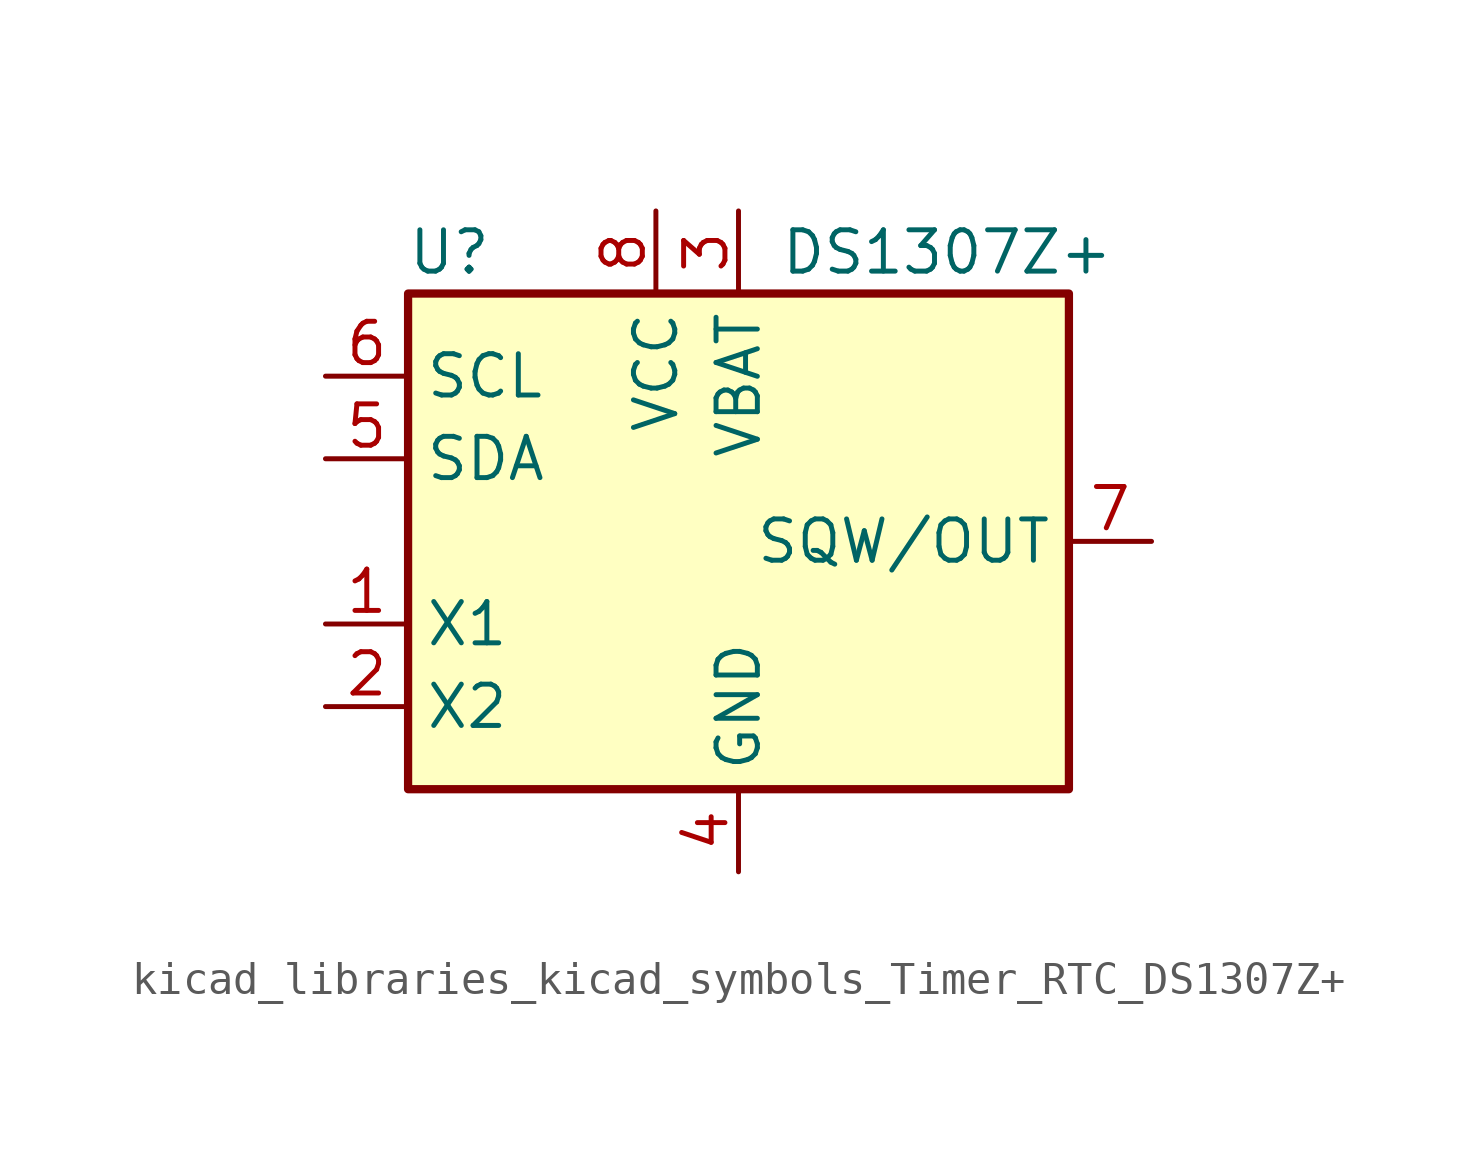
<source format=kicad_sym>
(kicad_symbol_lib
  (version 20220914)
  (generator kicad_symbol_editor)
  (symbol "kicad_libraries_kicad_symbols_Timer_RTC_DS1307Z+"
    (property "Reference" "U"
      (at -8.89 8.89 0)
      (effects (font (size 1.27 1.27))))
    (property "Value" "DS1307Z+"
      (at 1.27 8.89 0)
      (effects (font (size 1.27 1.27)) (justify left)))
    (symbol "kicad_libraries_kicad_symbols_Timer_RTC_DS1307Z+_0_1"
      (rectangle (start -10.16 7.62) (end 10.16 -7.62) (stroke (width 0.254) (type default)) (fill (type background))))
    (symbol "kicad_libraries_kicad_symbols_Timer_RTC_DS1307Z+_1_1"
      (pin input line (at -12.7 -2.54 0) (length 2.54) (name "X1" (effects (font (size 1.27 1.27)))) (number "1" (effects (font (size 1.27 1.27)))))
      (pin input line (at -12.7 -5.08 0) (length 2.54) (name "X2" (effects (font (size 1.27 1.27)))) (number "2" (effects (font (size 1.27 1.27)))))
      (pin power_in line (at 0 10.16 270) (length 2.54) (name "VBAT" (effects (font (size 1.27 1.27)))) (number "3" (effects (font (size 1.27 1.27)))))
      (pin power_in line (at 0 -10.16 90) (length 2.54) (name "GND" (effects (font (size 1.27 1.27)))) (number "4" (effects (font (size 1.27 1.27)))))
      (pin bidirectional line (at -12.7 2.54 0) (length 2.54) (name "SDA" (effects (font (size 1.27 1.27)))) (number "5" (effects (font (size 1.27 1.27)))))
      (pin input line (at -12.7 5.08 0) (length 2.54) (name "SCL" (effects (font (size 1.27 1.27)))) (number "6" (effects (font (size 1.27 1.27)))))
      (pin open_collector line (at 12.7 0 180) (length 2.54) (name "SQW/OUT" (effects (font (size 1.27 1.27)))) (number "7" (effects (font (size 1.27 1.27)))))
      (pin power_in line (at -2.54 10.16 270) (length 2.54) (name "VCC" (effects (font (size 1.27 1.27)))) (number "8" (effects (font (size 1.27 1.27))))))))
</source>
